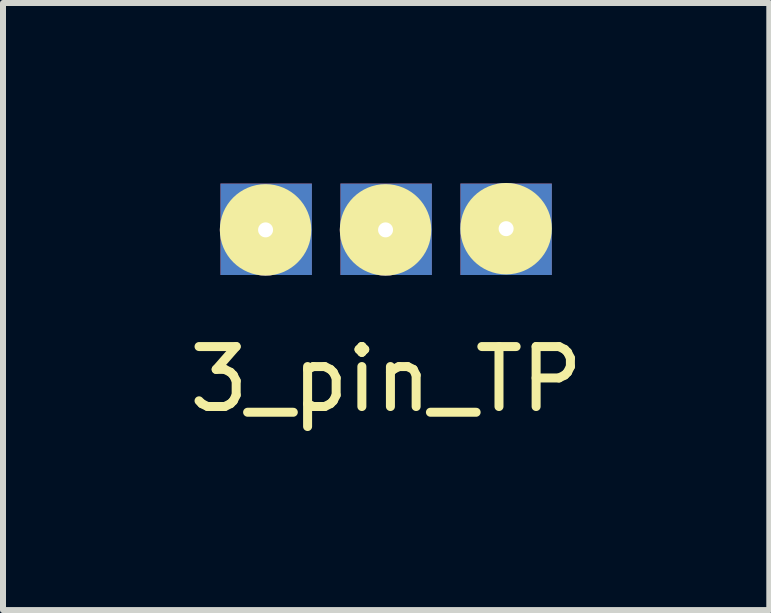
<source format=kicad_pcb>
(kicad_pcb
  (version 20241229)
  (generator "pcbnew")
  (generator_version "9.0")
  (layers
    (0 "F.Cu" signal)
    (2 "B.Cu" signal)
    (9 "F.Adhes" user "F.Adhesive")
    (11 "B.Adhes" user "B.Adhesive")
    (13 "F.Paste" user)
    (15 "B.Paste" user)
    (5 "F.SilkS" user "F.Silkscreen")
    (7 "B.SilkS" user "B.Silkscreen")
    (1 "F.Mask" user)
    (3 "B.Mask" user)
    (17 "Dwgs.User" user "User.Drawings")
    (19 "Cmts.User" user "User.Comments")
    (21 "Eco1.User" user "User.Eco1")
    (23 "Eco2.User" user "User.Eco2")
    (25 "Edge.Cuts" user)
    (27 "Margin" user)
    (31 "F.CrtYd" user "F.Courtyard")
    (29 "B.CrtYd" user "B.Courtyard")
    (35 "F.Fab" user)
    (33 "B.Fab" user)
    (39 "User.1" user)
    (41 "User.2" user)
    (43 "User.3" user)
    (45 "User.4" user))
  (footprint "3_pin_TP"
    (layer "F.Cu")
    (at 3.387 2.772)
    (property "Reference" "3_pin_TP" (at 0 0.5 0) (layer "F.SilkS") (effects (font (size 1 1) (thickness 0.15))))
    (attr through_hole)
    (pad "1" thru_hole circle (at -2.01 -1.99) (size 1.524 1.524) (drill 0.25) (layers "*.Cu" "*.Mask" "F.SilkS"))
    (pad "1" smd rect (at -2 -2) (size 1.524 1.524) (layers "F.Cu" "F.Mask" "F.Paste"))
    (pad "1" smd rect (at -2 -2) (size 1.524 1.524) (layers "F.Mask" "B.Cu" "F.Paste"))
    (pad "2" thru_hole circle (at -0.01 -1.99) (size 1.524 1.524) (drill 0.25) (layers "*.Cu" "*.Mask" "F.SilkS"))
    (pad "2" smd rect (at 0 -2) (size 1.524 1.524) (layers "F.Cu" "F.Mask" "F.Paste"))
    (pad "2" smd rect (at 0 -2) (size 1.524 1.524) (layers "F.Mask" "B.Cu" "F.Paste"))
    (pad "3" thru_hole circle (at 2 -2.01) (size 1.524 1.524) (drill 0.25) (layers "*.Cu" "*.Mask" "F.SilkS"))
    (pad "3" smd rect (at 2 -2) (size 1.524 1.524) (layers "F.Cu" "F.Mask" "F.Paste"))
    (pad "3" smd rect (at 2 -2) (size 1.524 1.524) (layers "F.Mask" "B.Cu" "F.Paste")))
  (gr_rect
    (start -3 -3)
    (end 9.774 7.12)
    (stroke (width 0.1) (type default))
    (fill no)
    (layer "Edge.Cuts")))
</source>
